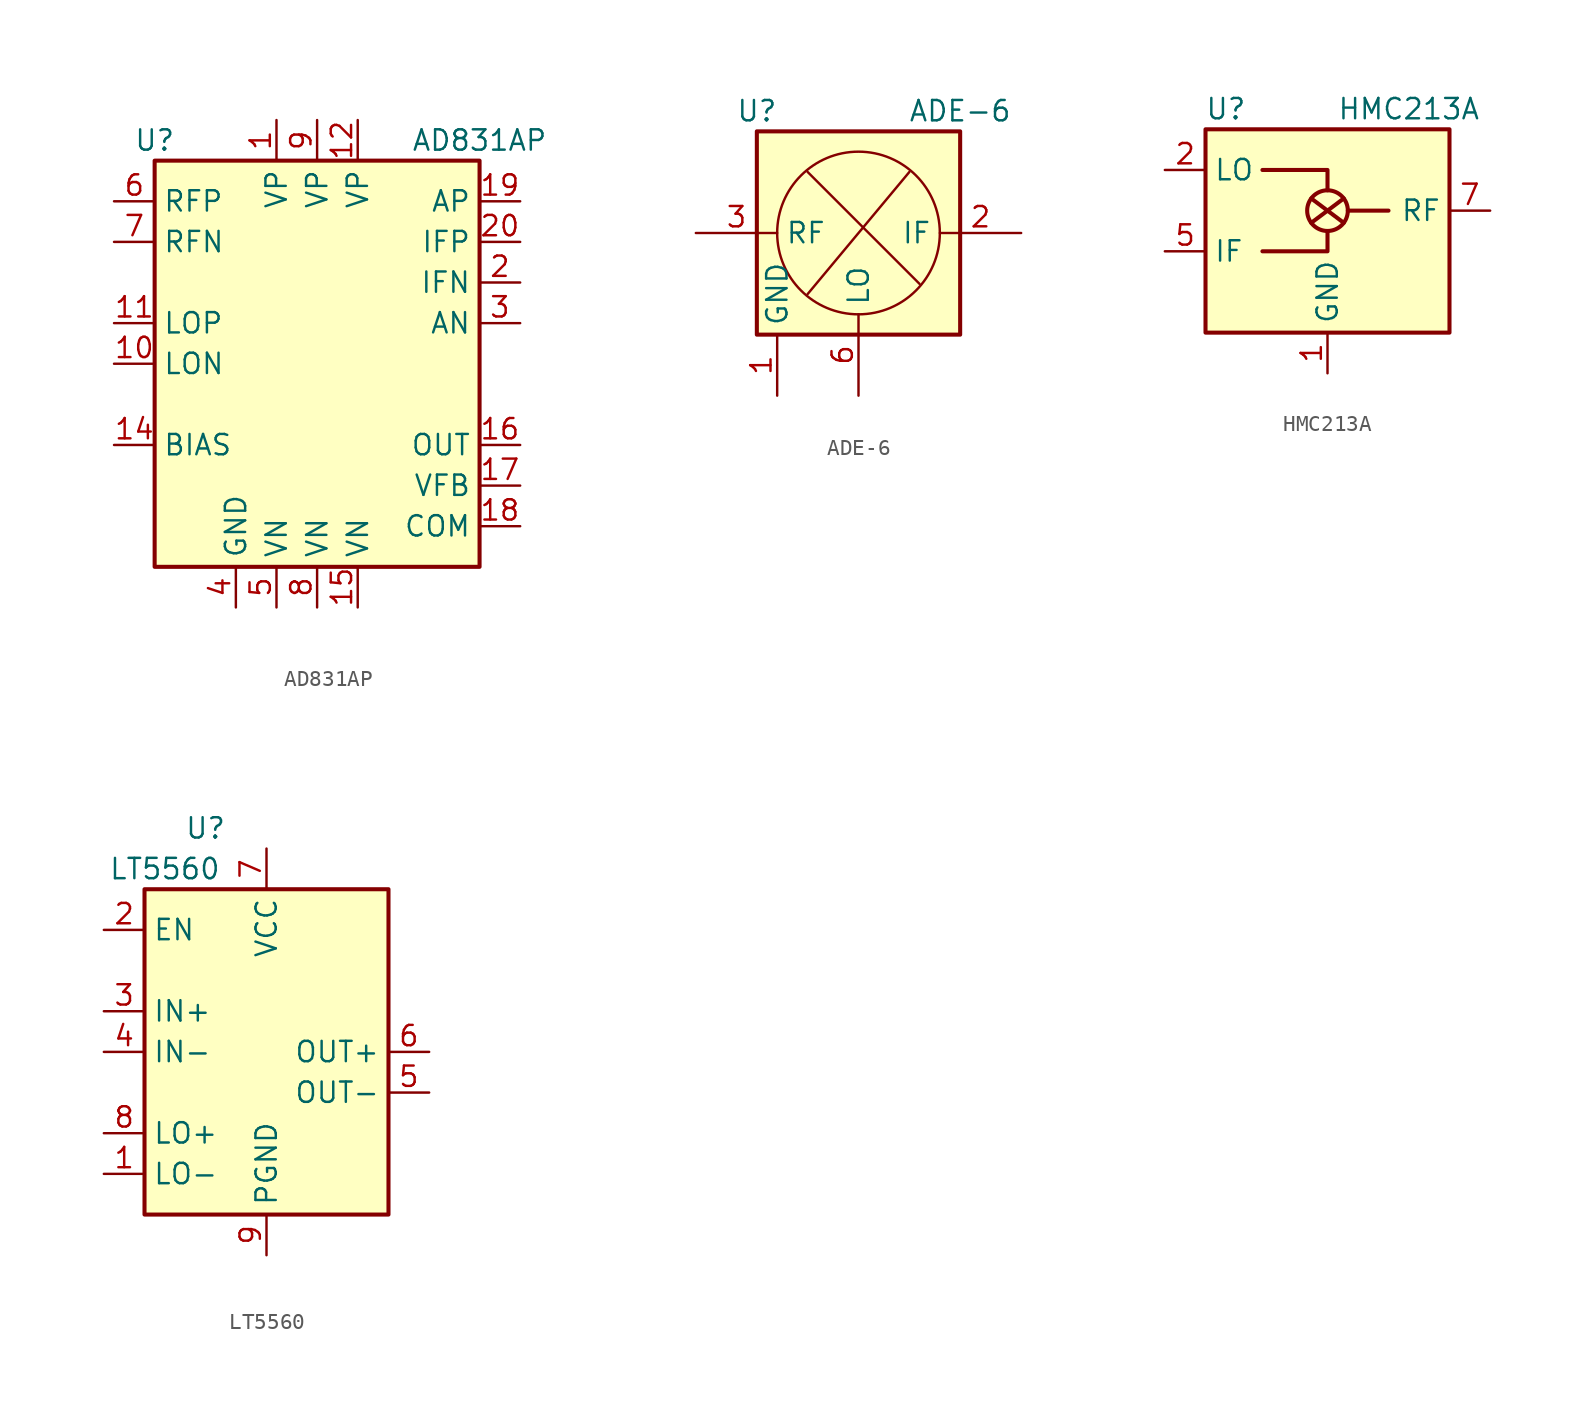
<source format=kicad_sym>
(kicad_symbol_lib
  (version 20211014)
  (generator kicad_symbol_editor)
  (symbol "AD831AP"
    (property "Reference" "U"
      (at -10.16 13.97 0)
      (effects (font (size 1.27 1.27))))
    (property "Value" "AD831AP"
      (at 10.16 13.97 0)
      (effects (font (size 1.27 1.27))))
    (symbol "AD831AP_0_1"
      (rectangle (start 10.16 12.7) (end -10.16 -12.7) (stroke (width 0.254) (type default) (color 0 0 0 0)) (fill (type background))))
    (symbol "AD831AP_1_1"
      (pin power_in line (at -2.54 15.24 270) (length 2.54) (name "VP" (effects (font (size 1.27 1.27)))) (number "1" (effects (font (size 1.27 1.27)))))
      (pin input line (at -12.7 0 0) (length 2.54) (name "LON" (effects (font (size 1.27 1.27)))) (number "10" (effects (font (size 1.27 1.27)))))
      (pin input line (at -12.7 2.54 0) (length 2.54) (name "LOP" (effects (font (size 1.27 1.27)))) (number "11" (effects (font (size 1.27 1.27)))))
      (pin power_in line (at 2.54 15.24 270) (length 2.54) (name "VP" (effects (font (size 1.27 1.27)))) (number "12" (effects (font (size 1.27 1.27)))))
      (pin passive line (at -5.08 -15.24 90) (length 2.54) hide (name "GND" (effects (font (size 1.27 1.27)))) (number "13" (effects (font (size 1.27 1.27)))))
      (pin passive line (at -12.7 -5.08 0) (length 2.54) (name "BIAS" (effects (font (size 1.27 1.27)))) (number "14" (effects (font (size 1.27 1.27)))))
      (pin power_in line (at 2.54 -15.24 90) (length 2.54) (name "VN" (effects (font (size 1.27 1.27)))) (number "15" (effects (font (size 1.27 1.27)))))
      (pin output line (at 12.7 -5.08 180) (length 2.54) (name "OUT" (effects (font (size 1.27 1.27)))) (number "16" (effects (font (size 1.27 1.27)))))
      (pin passive line (at 12.7 -7.62 180) (length 2.54) (name "VFB" (effects (font (size 1.27 1.27)))) (number "17" (effects (font (size 1.27 1.27)))))
      (pin passive line (at 12.7 -10.16 180) (length 2.54) (name "COM" (effects (font (size 1.27 1.27)))) (number "18" (effects (font (size 1.27 1.27)))))
      (pin input line (at 12.7 10.16 180) (length 2.54) (name "AP" (effects (font (size 1.27 1.27)))) (number "19" (effects (font (size 1.27 1.27)))))
      (pin open_collector line (at 12.7 5.08 180) (length 2.54) (name "IFN" (effects (font (size 1.27 1.27)))) (number "2" (effects (font (size 1.27 1.27)))))
      (pin open_collector line (at 12.7 7.62 180) (length 2.54) (name "IFP" (effects (font (size 1.27 1.27)))) (number "20" (effects (font (size 1.27 1.27)))))
      (pin input line (at 12.7 2.54 180) (length 2.54) (name "AN" (effects (font (size 1.27 1.27)))) (number "3" (effects (font (size 1.27 1.27)))))
      (pin power_in line (at -5.08 -15.24 90) (length 2.54) (name "GND" (effects (font (size 1.27 1.27)))) (number "4" (effects (font (size 1.27 1.27)))))
      (pin power_in line (at -2.54 -15.24 90) (length 2.54) (name "VN" (effects (font (size 1.27 1.27)))) (number "5" (effects (font (size 1.27 1.27)))))
      (pin input line (at -12.7 10.16 0) (length 2.54) (name "RFP" (effects (font (size 1.27 1.27)))) (number "6" (effects (font (size 1.27 1.27)))))
      (pin input line (at -12.7 7.62 0) (length 2.54) (name "RFN" (effects (font (size 1.27 1.27)))) (number "7" (effects (font (size 1.27 1.27)))))
      (pin power_in line (at 0 -15.24 90) (length 2.54) (name "VN" (effects (font (size 1.27 1.27)))) (number "8" (effects (font (size 1.27 1.27)))))
      (pin power_in line (at 0 15.24 270) (length 2.54) (name "VP" (effects (font (size 1.27 1.27)))) (number "9" (effects (font (size 1.27 1.27)))))))
  (symbol "ADE-6"
    (property "Reference" "U"
      (at -6.35 7.62 0)
      (effects (font (size 1.27 1.27))))
    (property "Value" "ADE-6"
      (at 6.35 7.62 0)
      (effects (font (size 1.27 1.27))))
    (symbol "ADE-6_0_1"
      (rectangle (start -6.35 6.35) (end 6.35 -6.35) (stroke (width 0.254) (type default) (color 0 0 0 0)) (fill (type background)))
      (polyline (pts (xy -3.175 -3.81) (xy 3.175 3.81)) (stroke (width 0) (type default) (color 0 0 0 0)) (fill (type none)))
      (polyline (pts (xy 3.81 -3.175) (xy -3.175 3.81)) (stroke (width 0) (type default) (color 0 0 0 0)) (fill (type none)))
      (circle (center 0 0) (radius 5.08) (stroke (width 0) (type default) (color 0 0 0 0)) (fill (type none))))
    (symbol "ADE-6_1_1"
      (pin power_in line (at -5.08 -10.16 90) (length 3.81) (name "GND" (effects (font (size 1.27 1.27)))) (number "1" (effects (font (size 1.27 1.27)))))
      (pin output line (at 10.16 0 180) (length 5.08) (name "IF" (effects (font (size 1.27 1.27)))) (number "2" (effects (font (size 1.27 1.27)))))
      (pin input line (at -10.16 0 0) (length 5.08) (name "RF" (effects (font (size 1.27 1.27)))) (number "3" (effects (font (size 1.27 1.27)))))
      (pin passive line (at -5.08 -10.16 90) (length 3.81) hide (name "GND" (effects (font (size 1.27 1.27)))) (number "4" (effects (font (size 1.27 1.27)))))
      (pin passive line (at -5.08 -10.16 90) (length 3.81) hide (name "GND" (effects (font (size 1.27 1.27)))) (number "5" (effects (font (size 1.27 1.27)))))
      (pin input line (at 0 -10.16 90) (length 5.08) (name "LO" (effects (font (size 1.27 1.27)))) (number "6" (effects (font (size 1.27 1.27)))))))
  (symbol "HMC213A"
    (property "Reference" "U"
      (at -6.35 8.89 0)
      (effects (font (size 1.27 1.27))))
    (property "Value" "HMC213A"
      (at 5.08 8.89 0)
      (effects (font (size 1.27 1.27))))
    (symbol "HMC213A_0_1"
      (rectangle (start -7.62 7.62) (end 7.62 -5.08) (stroke (width 0.254) (type default) (color 0 0 0 0)) (fill (type background)))
      (polyline (pts (xy -1.016 1.778) (xy 1.016 3.302)) (stroke (width 0.254) (type default) (color 0 0 0 0)) (fill (type none)))
      (polyline (pts (xy -1.016 3.302) (xy 1.016 1.778)) (stroke (width 0.254) (type default) (color 0 0 0 0)) (fill (type none)))
      (polyline (pts (xy 1.27 2.54) (xy 3.81 2.54)) (stroke (width 0.254) (type default) (color 0 0 0 0)) (fill (type none)))
      (polyline (pts (xy 0 1.27) (xy 0 0) (xy -4.064 0)) (stroke (width 0.254) (type default) (color 0 0 0 0)) (fill (type none)))
      (polyline (pts (xy 0 3.81) (xy 0 5.08) (xy -4.064 5.08)) (stroke (width 0.254) (type default) (color 0 0 0 0)) (fill (type none)))
      (circle (center 0 2.54) (radius 1.27) (stroke (width 0.254) (type default) (color 0 0 0 0)) (fill (type none))))
    (symbol "HMC213A_1_1"
      (pin power_in line (at 0 -7.62 90) (length 2.54) (name "GND" (effects (font (size 1.27 1.27)))) (number "1" (effects (font (size 1.27 1.27)))))
      (pin passive line (at -10.16 5.08 0) (length 2.54) (name "LO" (effects (font (size 1.27 1.27)))) (number "2" (effects (font (size 1.27 1.27)))))
      (pin passive line (at 0 -7.62 90) (length 2.54) hide (name "GND" (effects (font (size 1.27 1.27)))) (number "3" (effects (font (size 1.27 1.27)))))
      (pin no_connect line (at 5.08 -5.08 90) (length 2.54) hide (name "NC" (effects (font (size 1.27 1.27)))) (number "4" (effects (font (size 1.27 1.27)))))
      (pin passive line (at -10.16 0 0) (length 2.54) (name "IF" (effects (font (size 1.27 1.27)))) (number "5" (effects (font (size 1.27 1.27)))))
      (pin passive line (at 0 -7.62 90) (length 2.54) hide (name "GND" (effects (font (size 1.27 1.27)))) (number "6" (effects (font (size 1.27 1.27)))))
      (pin passive line (at 10.16 2.54 180) (length 2.54) (name "RF" (effects (font (size 1.27 1.27)))) (number "7" (effects (font (size 1.27 1.27)))))
      (pin passive line (at 0 -7.62 90) (length 2.54) hide (name "GND" (effects (font (size 1.27 1.27)))) (number "8" (effects (font (size 1.27 1.27)))))))
  (symbol "LT5560"
    (property "Reference" "U"
      (at -3.81 13.97 0)
      (effects (font (size 1.27 1.27))))
    (property "Value" "LT5560"
      (at -6.35 11.43 0)
      (effects (font (size 1.27 1.27))))
    (symbol "LT5560_0_1"
      (rectangle (start -7.62 10.16) (end 7.62 -10.16) (stroke (width 0.254) (type default) (color 0 0 0 0)) (fill (type background))))
    (symbol "LT5560_1_1"
      (pin input line (at -10.16 -7.62 0) (length 2.54) (name "LO-" (effects (font (size 1.27 1.27)))) (number "1" (effects (font (size 1.27 1.27)))))
      (pin input line (at -10.16 7.62 0) (length 2.54) (name "EN" (effects (font (size 1.27 1.27)))) (number "2" (effects (font (size 1.27 1.27)))))
      (pin input line (at -10.16 2.54 0) (length 2.54) (name "IN+" (effects (font (size 1.27 1.27)))) (number "3" (effects (font (size 1.27 1.27)))))
      (pin input line (at -10.16 0 0) (length 2.54) (name "IN-" (effects (font (size 1.27 1.27)))) (number "4" (effects (font (size 1.27 1.27)))))
      (pin output line (at 10.16 -2.54 180) (length 2.54) (name "OUT-" (effects (font (size 1.27 1.27)))) (number "5" (effects (font (size 1.27 1.27)))))
      (pin output line (at 10.16 0 180) (length 2.54) (name "OUT+" (effects (font (size 1.27 1.27)))) (number "6" (effects (font (size 1.27 1.27)))))
      (pin power_in line (at 0 12.7 270) (length 2.54) (name "VCC" (effects (font (size 1.27 1.27)))) (number "7" (effects (font (size 1.27 1.27)))))
      (pin input line (at -10.16 -5.08 0) (length 2.54) (name "LO+" (effects (font (size 1.27 1.27)))) (number "8" (effects (font (size 1.27 1.27)))))
      (pin power_in line (at 0 -12.7 90) (length 2.54) (name "PGND" (effects (font (size 1.27 1.27)))) (number "9" (effects (font (size 1.27 1.27))))))))
</source>
